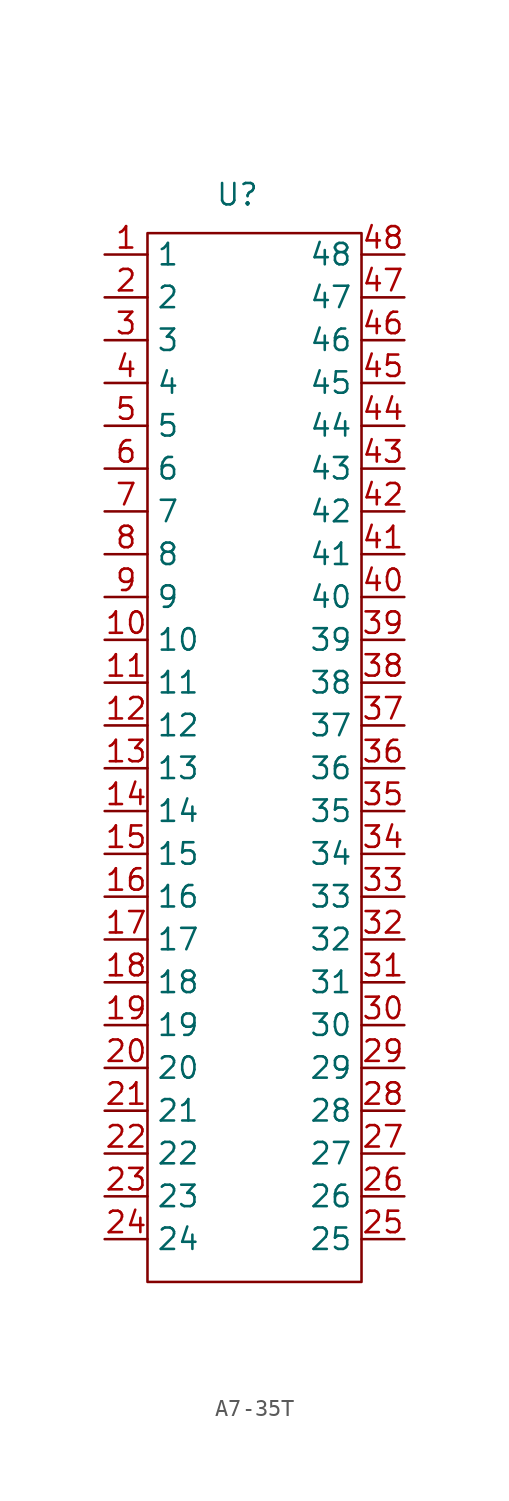
<source format=kicad_sym>
(kicad_symbol_lib
  (version 20241209)
  (generator "kicad_symbol_editor")
  (generator_version "9.0")
  (symbol "A7-35T"
    (property "Reference" "U"
      (at 5.334 35.306 0)
      (effects (font (size 1.27 1.27))))
    (property "Value" ""
      (at 0 0 0)
      (effects (font (size 1.27 1.27))))
    (symbol "A7-35T_0_1"
      (rectangle (start 0 33.02) (end 12.7 -29.21) (stroke (width 0) (type default)) (fill (type none))))
    (symbol "A7-35T_1_1"
      (pin bidirectional line (at -2.54 31.75 0) (length 2.54) (name "1" (effects (font (size 1.27 1.27)))) (number "1" (effects (font (size 1.27 1.27)))))
      (pin bidirectional line (at -2.54 29.21 0) (length 2.54) (name "2" (effects (font (size 1.27 1.27)))) (number "2" (effects (font (size 1.27 1.27)))))
      (pin bidirectional line (at -2.54 26.67 0) (length 2.54) (name "3" (effects (font (size 1.27 1.27)))) (number "3" (effects (font (size 1.27 1.27)))))
      (pin bidirectional line (at -2.54 24.13 0) (length 2.54) (name "4" (effects (font (size 1.27 1.27)))) (number "4" (effects (font (size 1.27 1.27)))))
      (pin bidirectional line (at -2.54 21.59 0) (length 2.54) (name "5" (effects (font (size 1.27 1.27)))) (number "5" (effects (font (size 1.27 1.27)))))
      (pin bidirectional line (at -2.54 19.05 0) (length 2.54) (name "6" (effects (font (size 1.27 1.27)))) (number "6" (effects (font (size 1.27 1.27)))))
      (pin bidirectional line (at -2.54 16.51 0) (length 2.54) (name "7" (effects (font (size 1.27 1.27)))) (number "7" (effects (font (size 1.27 1.27)))))
      (pin bidirectional line (at -2.54 13.97 0) (length 2.54) (name "8" (effects (font (size 1.27 1.27)))) (number "8" (effects (font (size 1.27 1.27)))))
      (pin bidirectional line (at -2.54 11.43 0) (length 2.54) (name "9" (effects (font (size 1.27 1.27)))) (number "9" (effects (font (size 1.27 1.27)))))
      (pin bidirectional line (at -2.54 8.89 0) (length 2.54) (name "10" (effects (font (size 1.27 1.27)))) (number "10" (effects (font (size 1.27 1.27)))))
      (pin bidirectional line (at -2.54 6.35 0) (length 2.54) (name "11" (effects (font (size 1.27 1.27)))) (number "11" (effects (font (size 1.27 1.27)))))
      (pin bidirectional line (at -2.54 3.81 0) (length 2.54) (name "12" (effects (font (size 1.27 1.27)))) (number "12" (effects (font (size 1.27 1.27)))))
      (pin bidirectional line (at -2.54 1.27 0) (length 2.54) (name "13" (effects (font (size 1.27 1.27)))) (number "13" (effects (font (size 1.27 1.27)))))
      (pin bidirectional line (at -2.54 -1.27 0) (length 2.54) (name "14" (effects (font (size 1.27 1.27)))) (number "14" (effects (font (size 1.27 1.27)))))
      (pin bidirectional line (at -2.54 -3.81 0) (length 2.54) (name "15" (effects (font (size 1.27 1.27)))) (number "15" (effects (font (size 1.27 1.27)))))
      (pin bidirectional line (at -2.54 -6.35 0) (length 2.54) (name "16" (effects (font (size 1.27 1.27)))) (number "16" (effects (font (size 1.27 1.27)))))
      (pin bidirectional line (at -2.54 -8.89 0) (length 2.54) (name "17" (effects (font (size 1.27 1.27)))) (number "17" (effects (font (size 1.27 1.27)))))
      (pin bidirectional line (at -2.54 -11.43 0) (length 2.54) (name "18" (effects (font (size 1.27 1.27)))) (number "18" (effects (font (size 1.27 1.27)))))
      (pin bidirectional line (at -2.54 -13.97 0) (length 2.54) (name "19" (effects (font (size 1.27 1.27)))) (number "19" (effects (font (size 1.27 1.27)))))
      (pin bidirectional line (at -2.54 -16.51 0) (length 2.54) (name "20" (effects (font (size 1.27 1.27)))) (number "20" (effects (font (size 1.27 1.27)))))
      (pin bidirectional line (at -2.54 -19.05 0) (length 2.54) (name "21" (effects (font (size 1.27 1.27)))) (number "21" (effects (font (size 1.27 1.27)))))
      (pin bidirectional line (at -2.54 -21.59 0) (length 2.54) (name "22" (effects (font (size 1.27 1.27)))) (number "22" (effects (font (size 1.27 1.27)))))
      (pin bidirectional line (at -2.54 -24.13 0) (length 2.54) (name "23" (effects (font (size 1.27 1.27)))) (number "23" (effects (font (size 1.27 1.27)))))
      (pin bidirectional line (at -2.54 -26.67 0) (length 2.54) (name "24" (effects (font (size 1.27 1.27)))) (number "24" (effects (font (size 1.27 1.27)))))
      (pin bidirectional line (at 15.24 31.75 180) (length 2.54) (name "48" (effects (font (size 1.27 1.27)))) (number "48" (effects (font (size 1.27 1.27)))))
      (pin bidirectional line (at 15.24 29.21 180) (length 2.54) (name "47" (effects (font (size 1.27 1.27)))) (number "47" (effects (font (size 1.27 1.27)))))
      (pin bidirectional line (at 15.24 26.67 180) (length 2.54) (name "46" (effects (font (size 1.27 1.27)))) (number "46" (effects (font (size 1.27 1.27)))))
      (pin bidirectional line (at 15.24 24.13 180) (length 2.54) (name "45" (effects (font (size 1.27 1.27)))) (number "45" (effects (font (size 1.27 1.27)))))
      (pin bidirectional line (at 15.24 21.59 180) (length 2.54) (name "44" (effects (font (size 1.27 1.27)))) (number "44" (effects (font (size 1.27 1.27)))))
      (pin bidirectional line (at 15.24 19.05 180) (length 2.54) (name "43" (effects (font (size 1.27 1.27)))) (number "43" (effects (font (size 1.27 1.27)))))
      (pin bidirectional line (at 15.24 16.51 180) (length 2.54) (name "42" (effects (font (size 1.27 1.27)))) (number "42" (effects (font (size 1.27 1.27)))))
      (pin bidirectional line (at 15.24 13.97 180) (length 2.54) (name "41" (effects (font (size 1.27 1.27)))) (number "41" (effects (font (size 1.27 1.27)))))
      (pin bidirectional line (at 15.24 11.43 180) (length 2.54) (name "40" (effects (font (size 1.27 1.27)))) (number "40" (effects (font (size 1.27 1.27)))))
      (pin bidirectional line (at 15.24 8.89 180) (length 2.54) (name "39" (effects (font (size 1.27 1.27)))) (number "39" (effects (font (size 1.27 1.27)))))
      (pin bidirectional line (at 15.24 6.35 180) (length 2.54) (name "38" (effects (font (size 1.27 1.27)))) (number "38" (effects (font (size 1.27 1.27)))))
      (pin bidirectional line (at 15.24 3.81 180) (length 2.54) (name "37" (effects (font (size 1.27 1.27)))) (number "37" (effects (font (size 1.27 1.27)))))
      (pin bidirectional line (at 15.24 1.27 180) (length 2.54) (name "36" (effects (font (size 1.27 1.27)))) (number "36" (effects (font (size 1.27 1.27)))))
      (pin bidirectional line (at 15.24 -1.27 180) (length 2.54) (name "35" (effects (font (size 1.27 1.27)))) (number "35" (effects (font (size 1.27 1.27)))))
      (pin bidirectional line (at 15.24 -3.81 180) (length 2.54) (name "34" (effects (font (size 1.27 1.27)))) (number "34" (effects (font (size 1.27 1.27)))))
      (pin bidirectional line (at 15.24 -6.35 180) (length 2.54) (name "33" (effects (font (size 1.27 1.27)))) (number "33" (effects (font (size 1.27 1.27)))))
      (pin bidirectional line (at 15.24 -8.89 180) (length 2.54) (name "32" (effects (font (size 1.27 1.27)))) (number "32" (effects (font (size 1.27 1.27)))))
      (pin bidirectional line (at 15.24 -11.43 180) (length 2.54) (name "31" (effects (font (size 1.27 1.27)))) (number "31" (effects (font (size 1.27 1.27)))))
      (pin bidirectional line (at 15.24 -13.97 180) (length 2.54) (name "30" (effects (font (size 1.27 1.27)))) (number "30" (effects (font (size 1.27 1.27)))))
      (pin bidirectional line (at 15.24 -16.51 180) (length 2.54) (name "29" (effects (font (size 1.27 1.27)))) (number "29" (effects (font (size 1.27 1.27)))))
      (pin bidirectional line (at 15.24 -19.05 180) (length 2.54) (name "28" (effects (font (size 1.27 1.27)))) (number "28" (effects (font (size 1.27 1.27)))))
      (pin bidirectional line (at 15.24 -21.59 180) (length 2.54) (name "27" (effects (font (size 1.27 1.27)))) (number "27" (effects (font (size 1.27 1.27)))))
      (pin bidirectional line (at 15.24 -24.13 180) (length 2.54) (name "26" (effects (font (size 1.27 1.27)))) (number "26" (effects (font (size 1.27 1.27)))))
      (pin bidirectional line (at 15.24 -26.67 180) (length 2.54) (name "25" (effects (font (size 1.27 1.27)))) (number "25" (effects (font (size 1.27 1.27))))))))
</source>
